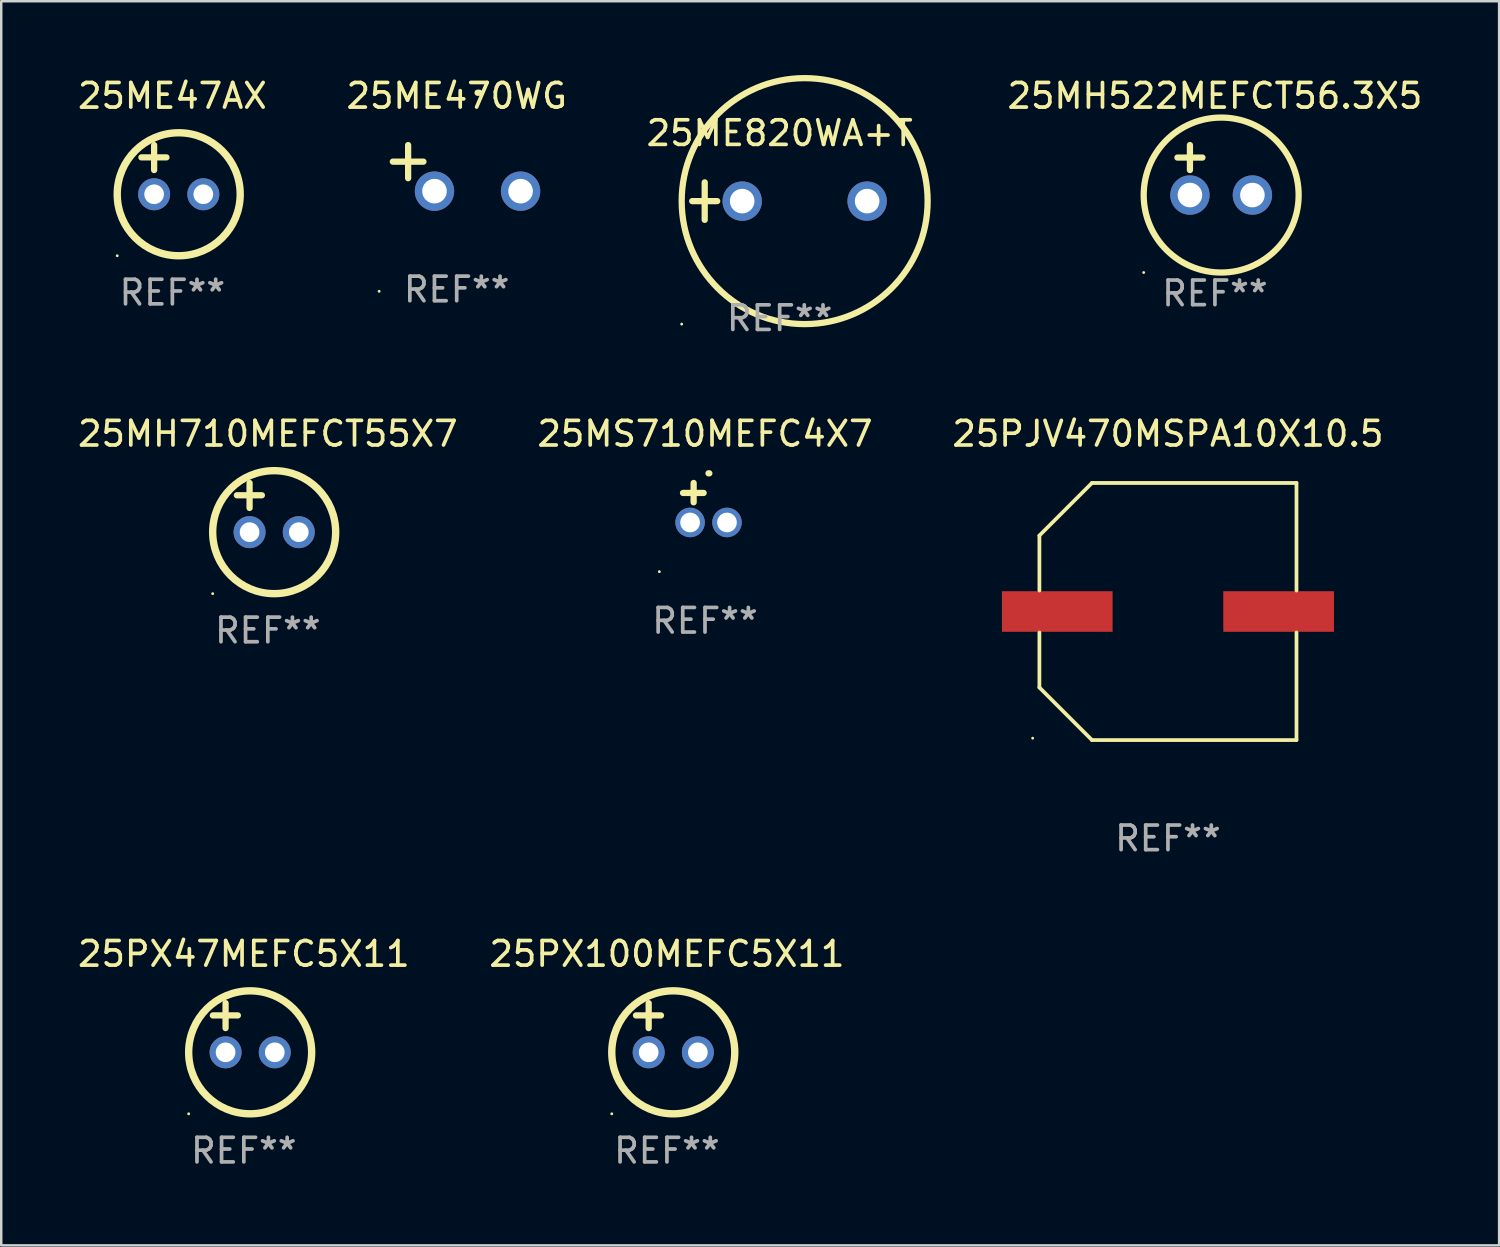
<source format=kicad_pcb>
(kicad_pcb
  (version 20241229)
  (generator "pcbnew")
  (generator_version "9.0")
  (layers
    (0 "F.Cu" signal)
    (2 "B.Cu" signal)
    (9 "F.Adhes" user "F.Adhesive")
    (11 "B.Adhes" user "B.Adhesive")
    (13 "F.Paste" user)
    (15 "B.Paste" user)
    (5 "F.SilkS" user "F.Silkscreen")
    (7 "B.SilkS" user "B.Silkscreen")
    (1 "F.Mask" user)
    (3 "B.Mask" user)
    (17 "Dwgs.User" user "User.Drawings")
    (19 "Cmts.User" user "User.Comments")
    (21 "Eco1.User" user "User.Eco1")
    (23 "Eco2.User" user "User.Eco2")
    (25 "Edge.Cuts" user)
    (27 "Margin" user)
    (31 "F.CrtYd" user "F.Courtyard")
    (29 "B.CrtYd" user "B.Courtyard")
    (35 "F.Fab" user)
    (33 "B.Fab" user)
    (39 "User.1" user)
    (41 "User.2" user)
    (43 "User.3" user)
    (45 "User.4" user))
  (footprint "25PJV470MSPA10X10.5"
    (layer "F.Cu")
    (at 44.435 21.812)
    (property "Reference" "25PJV470MSPA10X10.5" (at 0 -7.226 0) (layer "F.SilkS") (effects (font (size 1 1) (thickness 0.15))))
    (attr through_hole)
    (fp_line (start -5.226 -3.09) (end -5.226 -0.852) (stroke (width 0.152) (type solid)) (layer "F.SilkS"))
    (fp_line (start -5.226 3.09) (end -5.226 0.852) (stroke (width 0.152) (type solid)) (layer "F.SilkS"))
    (fp_line (start -3.09 -5.226) (end -5.226 -3.09) (stroke (width 0.152) (type solid)) (layer "F.SilkS"))
    (fp_line (start -3.09 5.226) (end -5.226 3.09) (stroke (width 0.152) (type solid)) (layer "F.SilkS"))
    (fp_line (start 5.226 -5.226) (end -3.09 -5.226) (stroke (width 0.152) (type solid)) (layer "F.SilkS"))
    (fp_line (start 5.226 -0.852) (end 5.226 -5.226) (stroke (width 0.152) (type solid)) (layer "F.SilkS"))
    (fp_line (start 5.226 0.852) (end 5.226 5.226) (stroke (width 0.152) (type solid)) (layer "F.SilkS"))
    (fp_line (start 5.226 5.226) (end -3.09 5.226) (stroke (width 0.152) (type solid)) (layer "F.SilkS"))
    (fp_circle (center -5.5 5.15) (end -5.47 5.15) (stroke (width 0.06) (type solid)) (fill no) (layer "F.SilkS"))
    (fp_text user "REF**" (at 0 9.226 0) (layer "F.Fab") (effects (font (size 1 1) (thickness 0.15))))
    (pad "1" smd rect (at -4.5 -0.000025) (size 4.5 1.65) (layers "F.Cu" "F.Mask" "F.Paste"))
    (pad "2" smd rect (at 4.5 -0.000025) (size 4.5 1.65) (layers "F.Cu" "F.Mask" "F.Paste")))
  (footprint "25ME470WG"
    (layer "F.Cu")
    (at 15.518 3.785)
    (property "Reference" "25ME470WG" (at 0 -2.937 0) (layer "F.SilkS") (effects (font (size 1 1) (thickness 0.15))))
    (attr through_hole)
    (fp_line (start -1.975 0.41) (end -1.975 -0.937) (stroke (width 0.254) (type solid)) (layer "F.SilkS"))
    (fp_line (start -1.353 -0.263) (end -2.597 -0.263) (stroke (width 0.254) (type solid)) (layer "F.SilkS"))
    (fp_arc (start 0.849809 -3.063957) (mid 0.885369 -3.064114) (end 0.920929 -3.063957) (stroke (width 0.254001) (type solid)) (layer "F.SilkS"))
    (fp_circle (center -3.154 5.008) (end -3.124 5.008) (stroke (width 0.06) (type solid)) (fill no) (layer "F.SilkS"))
    (fp_text user "REF**" (at 0 4.937 0) (layer "F.Fab") (effects (font (size 1 1) (thickness 0.15))))
    (pad "1" thru_hole circle (at -0.903 0.937) (size 1.6 1.6) (drill 1) (layers "*.Cu" "*.Mask"))
    (pad "2" thru_hole circle (at 2.597 0.937) (size 1.6 1.6) (drill 1) (layers "*.Cu" "*.Mask")))
  (footprint "25ME47AX"
    (layer "F.Cu")
    (at 3.958 3.848)
    (property "Reference" "25ME47AX" (at 0 -3 0) (layer "F.SilkS") (effects (font (size 1 1) (thickness 0.15))))
    (attr through_hole)
    (fp_line (start -1.258 -0.5) (end -0.242 -0.5) (stroke (width 0.254) (type solid)) (layer "F.SilkS"))
    (fp_line (start -0.742 -1) (end -0.742 0.016) (stroke (width 0.254) (type solid)) (layer "F.SilkS"))
    (fp_circle (center -2.242 3.5) (end -2.212 3.5) (stroke (width 0.06) (type solid)) (fill no) (layer "F.SilkS"))
    (fp_circle (center 0.258 1) (end 2.758 1) (stroke (width 0.3) (type solid)) (fill no) (layer "F.SilkS"))
    (fp_text user "REF**" (at 0 5 0) (layer "F.Fab") (effects (font (size 1 1) (thickness 0.15))))
    (pad "1" thru_hole circle (at -0.742 1) (size 1.3 1.3) (drill 0.8) (layers "*.Cu" "*.Mask"))
    (pad "2" thru_hole circle (at 1.258 1) (size 1.3 1.3) (drill 0.8) (layers "*.Cu" "*.Mask")))
  (footprint "25ME820WA+T"
    (layer "F.Cu")
    (at 28.649 5.127)
    (property "Reference" "25ME820WA+T" (at 0 -2.762 0) (layer "F.SilkS") (effects (font (size 1 1) (thickness 0.15))))
    (attr through_hole)
    (fp_line (start -3.556 0) (end -2.54 0) (stroke (width 0.254) (type solid)) (layer "F.SilkS"))
    (fp_line (start -3.048 -0.762) (end -3.048 0.762) (stroke (width 0.254) (type solid)) (layer "F.SilkS"))
    (fp_circle (center -3.984 5) (end -3.954 5) (stroke (width 0.06) (type solid)) (fill no) (layer "F.SilkS"))
    (fp_circle (center 1.016 0) (end 6.016 0) (stroke (width 0.254) (type solid)) (fill no) (layer "F.SilkS"))
    (fp_text user "REF**" (at 0 4.762 0) (layer "F.Fab") (effects (font (size 1 1) (thickness 0.15))))
    (pad "1" thru_hole circle (at -1.524 0) (size 1.6 1.6) (drill 1) (layers "*.Cu" "*.Mask"))
    (pad "2" thru_hole circle (at 3.556 0) (size 1.6 1.6) (drill 1) (layers "*.Cu" "*.Mask")))
  (footprint "25MH710MEFCT55X7"
    (layer "F.Cu")
    (at 7.839 17.586)
    (property "Reference" "25MH710MEFCT55X7" (at 0 -3 0) (layer "F.SilkS") (effects (font (size 1 1) (thickness 0.15))))
    (attr through_hole)
    (fp_line (start -1.258 -0.5) (end -0.242 -0.5) (stroke (width 0.254) (type solid)) (layer "F.SilkS"))
    (fp_line (start -0.742 -1) (end -0.742 0.016) (stroke (width 0.254) (type solid)) (layer "F.SilkS"))
    (fp_circle (center -2.242 3.5) (end -2.212 3.5) (stroke (width 0.06) (type solid)) (fill no) (layer "F.SilkS"))
    (fp_circle (center 0.258 1) (end 2.758 1) (stroke (width 0.3) (type solid)) (fill no) (layer "F.SilkS"))
    (fp_text user "REF**" (at 0 5 0) (layer "F.Fab") (effects (font (size 1 1) (thickness 0.15))))
    (pad "1" thru_hole circle (at -0.742 1) (size 1.3 1.3) (drill 0.8) (layers "*.Cu" "*.Mask"))
    (pad "2" thru_hole circle (at 1.258 1) (size 1.3 1.3) (drill 0.8) (layers "*.Cu" "*.Mask")))
  (footprint "25MS710MEFC4X7"
    (layer "F.Cu")
    (at 25.613 17.389)
    (property "Reference" "25MS710MEFC4X7" (at 0 -2.803 0) (layer "F.SilkS") (effects (font (size 1 1) (thickness 0.15))))
    (attr through_hole)
    (fp_line (start -0.462 -0.016) (end -0.462 -0.803) (stroke (width 0.254) (type solid)) (layer "F.SilkS"))
    (fp_line (start -0.056 -0.397) (end -0.894 -0.397) (stroke (width 0.254) (type solid)) (layer "F.SilkS"))
    (fp_arc (start 0.142799 -1.195784) (mid 0.159309 -1.195852) (end 0.175819 -1.195784) (stroke (width 0.254001) (type solid)) (layer "F.SilkS"))
    (fp_circle (center -1.856 2.803) (end -1.826 2.803) (stroke (width 0.06) (type solid)) (fill no) (layer "F.SilkS"))
    (fp_text user "REF**" (at 0 4.803 0) (layer "F.Fab") (effects (font (size 1 1) (thickness 0.15))))
    (pad "1" thru_hole circle (at -0.606 0.803) (size 1.2 1.2) (drill 0.8) (layers "*.Cu" "*.Mask"))
    (pad "2" thru_hole circle (at 0.894 0.803) (size 1.2 1.2) (drill 0.8) (layers "*.Cu" "*.Mask")))
  (footprint "25MH522MEFCT56.3X5"
    (layer "F.Cu")
    (at 46.345 3.864)
    (property "Reference" "25MH522MEFCT56.3X5" (at 0 -3.016 0) (layer "F.SilkS") (effects (font (size 1 1) (thickness 0.15))))
    (attr through_hole)
    (fp_line (start -1.524 -0.508) (end -0.508 -0.508) (stroke (width 0.254) (type solid)) (layer "F.SilkS"))
    (fp_line (start -1.016 -1.016) (end -1.016 0) (stroke (width 0.254) (type solid)) (layer "F.SilkS"))
    (fp_circle (center -2.896 4.166) (end -2.866 4.166) (stroke (width 0.06) (type solid)) (fill no) (layer "F.SilkS"))
    (fp_circle (center 0.254 1.016) (end 3.404 1.016) (stroke (width 0.254) (type solid)) (fill no) (layer "F.SilkS"))
    (fp_text user "REF**" (at 0 5.016 0) (layer "F.Fab") (effects (font (size 1 1) (thickness 0.15))))
    (pad "1" thru_hole circle (at -1.016 1.016) (size 1.6 1.6) (drill 1) (layers "*.Cu" "*.Mask"))
    (pad "2" thru_hole circle (at 1.524 1.016) (size 1.6 1.6) (drill 1) (layers "*.Cu" "*.Mask")))
  (footprint "25PX47MEFC5X11"
    (layer "F.Cu")
    (at 6.863 38.734)
    (property "Reference" "25PX47MEFC5X11" (at 0 -3 0) (layer "F.SilkS") (effects (font (size 1 1) (thickness 0.15))))
    (attr through_hole)
    (fp_line (start -1.258 -0.5) (end -0.242 -0.5) (stroke (width 0.254) (type solid)) (layer "F.SilkS"))
    (fp_line (start -0.742 -1) (end -0.742 0.016) (stroke (width 0.254) (type solid)) (layer "F.SilkS"))
    (fp_circle (center -2.242 3.5) (end -2.212 3.5) (stroke (width 0.06) (type solid)) (fill no) (layer "F.SilkS"))
    (fp_circle (center 0.258 1) (end 2.758 1) (stroke (width 0.3) (type solid)) (fill no) (layer "F.SilkS"))
    (fp_text user "REF**" (at 0 5 0) (layer "F.Fab") (effects (font (size 1 1) (thickness 0.15))))
    (pad "1" thru_hole circle (at -0.742 1) (size 1.3 1.3) (drill 0.8) (layers "*.Cu" "*.Mask"))
    (pad "2" thru_hole circle (at 1.258 1) (size 1.3 1.3) (drill 0.8) (layers "*.Cu" "*.Mask")))
  (footprint "25PX100MEFC5X11"
    (layer "F.Cu")
    (at 24.065 38.734)
    (property "Reference" "25PX100MEFC5X11" (at 0 -3 0) (layer "F.SilkS") (effects (font (size 1 1) (thickness 0.15))))
    (attr through_hole)
    (fp_line (start -1.258 -0.5) (end -0.242 -0.5) (stroke (width 0.254) (type solid)) (layer "F.SilkS"))
    (fp_line (start -0.742 -1) (end -0.742 0.016) (stroke (width 0.254) (type solid)) (layer "F.SilkS"))
    (fp_circle (center -2.242 3.5) (end -2.212 3.5) (stroke (width 0.06) (type solid)) (fill no) (layer "F.SilkS"))
    (fp_circle (center 0.258 1) (end 2.758 1) (stroke (width 0.3) (type solid)) (fill no) (layer "F.SilkS"))
    (fp_text user "REF**" (at 0 5 0) (layer "F.Fab") (effects (font (size 1 1) (thickness 0.15))))
    (pad "1" thru_hole circle (at -0.742 1) (size 1.3 1.3) (drill 0.8) (layers "*.Cu" "*.Mask"))
    (pad "2" thru_hole circle (at 1.258 1) (size 1.3 1.3) (drill 0.8) (layers "*.Cu" "*.Mask")))
  (gr_rect
    (start -3 -3)
    (end 57.899 47.583)
    (stroke (width 0.1) (type default))
    (fill no)
    (layer "Edge.Cuts")))
</source>
